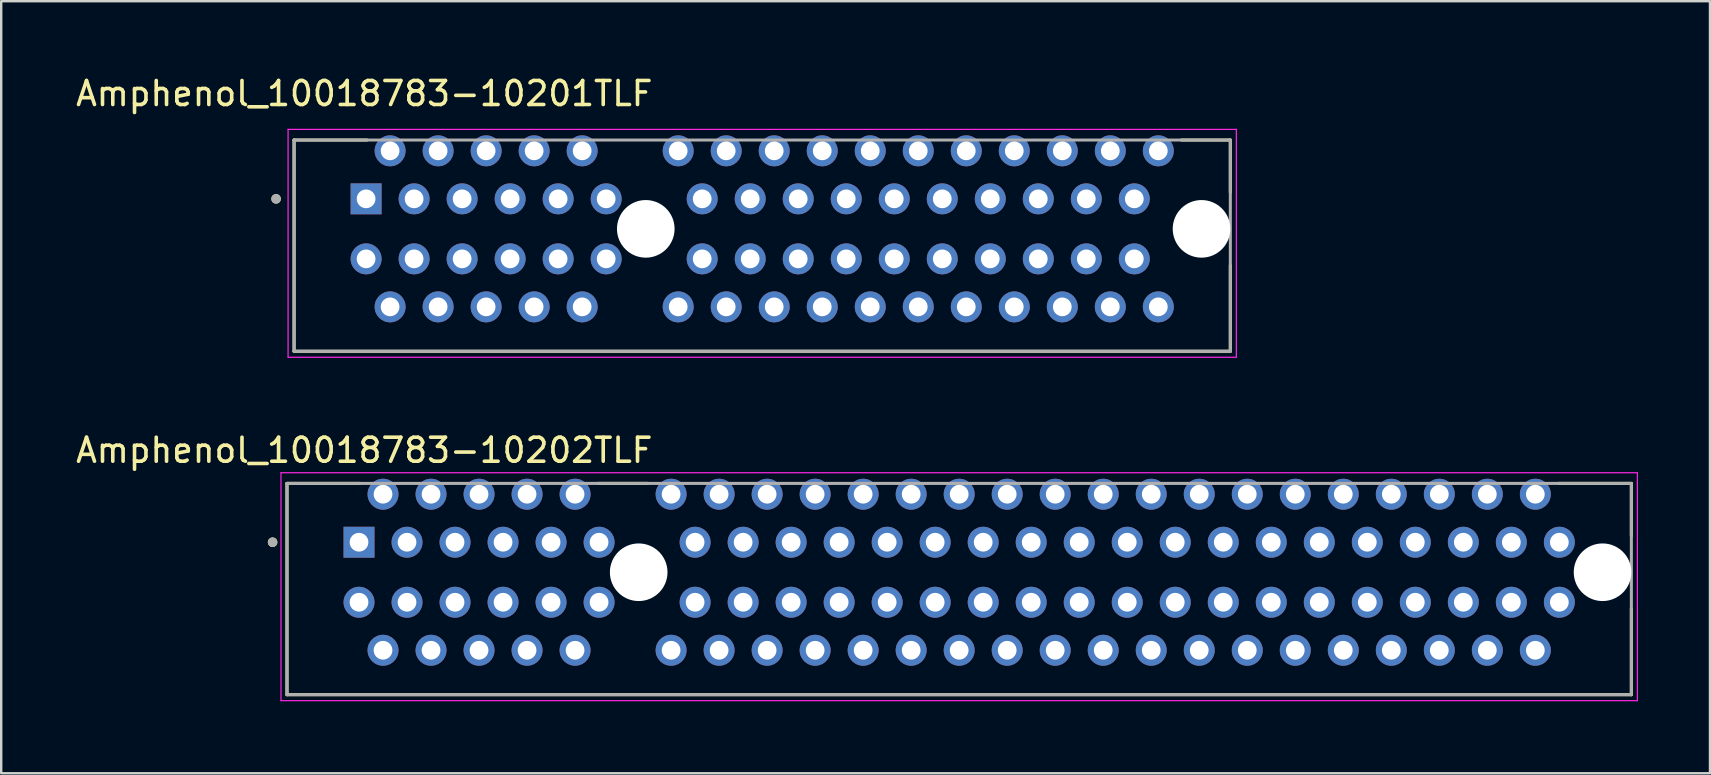
<source format=kicad_pcb>
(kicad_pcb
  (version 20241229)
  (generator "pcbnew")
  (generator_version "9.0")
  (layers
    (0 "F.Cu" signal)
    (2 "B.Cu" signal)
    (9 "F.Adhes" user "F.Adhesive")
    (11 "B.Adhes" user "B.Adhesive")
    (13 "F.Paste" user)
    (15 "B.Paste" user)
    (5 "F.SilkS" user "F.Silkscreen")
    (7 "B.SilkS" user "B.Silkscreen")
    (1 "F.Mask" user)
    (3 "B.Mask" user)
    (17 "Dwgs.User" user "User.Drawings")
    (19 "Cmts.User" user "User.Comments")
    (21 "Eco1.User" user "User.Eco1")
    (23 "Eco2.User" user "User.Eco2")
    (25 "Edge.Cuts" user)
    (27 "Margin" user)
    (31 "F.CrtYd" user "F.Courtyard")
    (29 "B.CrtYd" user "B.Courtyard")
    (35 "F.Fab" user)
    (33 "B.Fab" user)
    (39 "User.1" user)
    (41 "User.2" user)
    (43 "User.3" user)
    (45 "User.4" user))
  (footprint "Amphenol_10018783-10201TLF"
    (layer "F.Cu")
    (at 23.85 6.483)
    (property "Reference" "Amphenol_10018783-10201TLF" (at -11.725 -5.635 0) (layer "F.SilkS") (effects (font (size 1 1) (thickness 0.15))))
    (attr through_hole)
    (fp_line (start -14.65 -3.7) (end -11.614 -3.7) (stroke (width 0.127) (type solid)) (layer "F.SilkS"))
    (fp_line (start -14.65 5.1) (end -14.65 -3.7) (stroke (width 0.127) (type solid)) (layer "F.SilkS"))
    (fp_line (start 22.314 -3.7) (end 24.35 -3.7) (stroke (width 0.127) (type solid)) (layer "F.SilkS"))
    (fp_line (start 24.35 -3.7) (end 24.35 -1.52) (stroke (width 0.127) (type solid)) (layer "F.SilkS"))
    (fp_line (start 24.35 5.1) (end -14.65 5.1) (stroke (width 0.127) (type solid)) (layer "F.SilkS"))
    (fp_line (start 24.35 5.1) (end 24.35 1.52) (stroke (width 0.127) (type solid)) (layer "F.SilkS"))
    (fp_circle (center -15.4 -1.25) (end -15.3 -1.25) (stroke (width 0.2) (type solid)) (fill no) (layer "F.SilkS"))
    (fp_line (start -14.9 -4.144) (end -14.9 5.35) (stroke (width 0.05) (type solid)) (layer "F.CrtYd"))
    (fp_line (start -14.9 5.35) (end 24.6 5.35) (stroke (width 0.05) (type solid)) (layer "F.CrtYd"))
    (fp_line (start 24.6 -4.144) (end -14.9 -4.144) (stroke (width 0.05) (type solid)) (layer "F.CrtYd"))
    (fp_line (start 24.6 5.35) (end 24.6 -4.144) (stroke (width 0.05) (type solid)) (layer "F.CrtYd"))
    (fp_line (start -14.65 -3.7) (end 24.35 -3.7) (stroke (width 0.127) (type solid)) (layer "F.Fab"))
    (fp_line (start -14.65 5.1) (end -14.65 -3.7) (stroke (width 0.127) (type solid)) (layer "F.Fab"))
    (fp_line (start 24.35 -3.7) (end 24.35 5.1) (stroke (width 0.127) (type solid)) (layer "F.Fab"))
    (fp_line (start 24.35 5.1) (end -14.65 5.1) (stroke (width 0.127) (type solid)) (layer "F.Fab"))
    (fp_circle (center -15.4 -1.25) (end -15.3 -1.25) (stroke (width 0.2) (type solid)) (fill no) (layer "F.Fab"))
    (pad "" np_thru_hole circle (at 0 0) (size 2.4 2.4) (drill 2.4) (layers "*.Cu" "*.Mask"))
    (pad "" np_thru_hole circle (at 23.15 0) (size 2.4 2.4) (drill 2.4) (layers "*.Cu" "*.Mask"))
    (pad "A1" thru_hole rect (at -11.65 -1.25) (size 1.288 1.288) (drill 0.78) (layers "*.Cu" "*.Mask"))
    (pad "A2" thru_hole circle (at -10.65 -3.25) (size 1.288 1.288) (drill 0.78) (layers "*.Cu" "*.Mask"))
    (pad "A3" thru_hole circle (at -9.65 -1.25) (size 1.288 1.288) (drill 0.78) (layers "*.Cu" "*.Mask"))
    (pad "A4" thru_hole circle (at -8.65 -3.25) (size 1.288 1.288) (drill 0.78) (layers "*.Cu" "*.Mask"))
    (pad "A5" thru_hole circle (at -7.65 -1.25) (size 1.288 1.288) (drill 0.78) (layers "*.Cu" "*.Mask"))
    (pad "A6" thru_hole circle (at -6.65 -3.25) (size 1.288 1.288) (drill 0.78) (layers "*.Cu" "*.Mask"))
    (pad "A7" thru_hole circle (at -5.65 -1.25) (size 1.288 1.288) (drill 0.78) (layers "*.Cu" "*.Mask"))
    (pad "A8" thru_hole circle (at -4.65 -3.25) (size 1.288 1.288) (drill 0.78) (layers "*.Cu" "*.Mask"))
    (pad "A9" thru_hole circle (at -3.65 -1.25) (size 1.288 1.288) (drill 0.78) (layers "*.Cu" "*.Mask"))
    (pad "A10" thru_hole circle (at -2.65 -3.25) (size 1.288 1.288) (drill 0.78) (layers "*.Cu" "*.Mask"))
    (pad "A11" thru_hole circle (at -1.65 -1.25) (size 1.288 1.288) (drill 0.78) (layers "*.Cu" "*.Mask"))
    (pad "A12" thru_hole circle (at 1.35 -3.25) (size 1.288 1.288) (drill 0.78) (layers "*.Cu" "*.Mask"))
    (pad "A13" thru_hole circle (at 2.35 -1.25) (size 1.288 1.288) (drill 0.78) (layers "*.Cu" "*.Mask"))
    (pad "A14" thru_hole circle (at 3.35 -3.25) (size 1.288 1.288) (drill 0.78) (layers "*.Cu" "*.Mask"))
    (pad "A15" thru_hole circle (at 4.35 -1.25) (size 1.288 1.288) (drill 0.78) (layers "*.Cu" "*.Mask"))
    (pad "A16" thru_hole circle (at 5.35 -3.25) (size 1.288 1.288) (drill 0.78) (layers "*.Cu" "*.Mask"))
    (pad "A17" thru_hole circle (at 6.35 -1.25) (size 1.288 1.288) (drill 0.78) (layers "*.Cu" "*.Mask"))
    (pad "A18" thru_hole circle (at 7.35 -3.25) (size 1.288 1.288) (drill 0.78) (layers "*.Cu" "*.Mask"))
    (pad "A19" thru_hole circle (at 8.35 -1.25) (size 1.288 1.288) (drill 0.78) (layers "*.Cu" "*.Mask"))
    (pad "A20" thru_hole circle (at 9.35 -3.25) (size 1.288 1.288) (drill 0.78) (layers "*.Cu" "*.Mask"))
    (pad "A21" thru_hole circle (at 10.35 -1.25) (size 1.288 1.288) (drill 0.78) (layers "*.Cu" "*.Mask"))
    (pad "A22" thru_hole circle (at 11.35 -3.25) (size 1.288 1.288) (drill 0.78) (layers "*.Cu" "*.Mask"))
    (pad "A23" thru_hole circle (at 12.35 -1.25) (size 1.288 1.288) (drill 0.78) (layers "*.Cu" "*.Mask"))
    (pad "A24" thru_hole circle (at 13.35 -3.25) (size 1.288 1.288) (drill 0.78) (layers "*.Cu" "*.Mask"))
    (pad "A25" thru_hole circle (at 14.35 -1.25) (size 1.288 1.288) (drill 0.78) (layers "*.Cu" "*.Mask"))
    (pad "A26" thru_hole circle (at 15.35 -3.25) (size 1.288 1.288) (drill 0.78) (layers "*.Cu" "*.Mask"))
    (pad "A27" thru_hole circle (at 16.35 -1.25) (size 1.288 1.288) (drill 0.78) (layers "*.Cu" "*.Mask"))
    (pad "A28" thru_hole circle (at 17.35 -3.25) (size 1.288 1.288) (drill 0.78) (layers "*.Cu" "*.Mask"))
    (pad "A29" thru_hole circle (at 18.35 -1.25) (size 1.288 1.288) (drill 0.78) (layers "*.Cu" "*.Mask"))
    (pad "A30" thru_hole circle (at 19.35 -3.25) (size 1.288 1.288) (drill 0.78) (layers "*.Cu" "*.Mask"))
    (pad "A31" thru_hole circle (at 20.35 -1.25) (size 1.288 1.288) (drill 0.78) (layers "*.Cu" "*.Mask"))
    (pad "A32" thru_hole circle (at 21.35 -3.25) (size 1.288 1.288) (drill 0.78) (layers "*.Cu" "*.Mask"))
    (pad "B1" thru_hole circle (at -11.65 1.25) (size 1.288 1.288) (drill 0.78) (layers "*.Cu" "*.Mask"))
    (pad "B2" thru_hole circle (at -10.65 3.25) (size 1.288 1.288) (drill 0.78) (layers "*.Cu" "*.Mask"))
    (pad "B3" thru_hole circle (at -9.65 1.25) (size 1.288 1.288) (drill 0.78) (layers "*.Cu" "*.Mask"))
    (pad "B4" thru_hole circle (at -8.65 3.25) (size 1.288 1.288) (drill 0.78) (layers "*.Cu" "*.Mask"))
    (pad "B5" thru_hole circle (at -7.65 1.25) (size 1.288 1.288) (drill 0.78) (layers "*.Cu" "*.Mask"))
    (pad "B6" thru_hole circle (at -6.65 3.25) (size 1.288 1.288) (drill 0.78) (layers "*.Cu" "*.Mask"))
    (pad "B7" thru_hole circle (at -5.65 1.25) (size 1.288 1.288) (drill 0.78) (layers "*.Cu" "*.Mask"))
    (pad "B8" thru_hole circle (at -4.65 3.25) (size 1.288 1.288) (drill 0.78) (layers "*.Cu" "*.Mask"))
    (pad "B9" thru_hole circle (at -3.65 1.25) (size 1.288 1.288) (drill 0.78) (layers "*.Cu" "*.Mask"))
    (pad "B10" thru_hole circle (at -2.65 3.25) (size 1.288 1.288) (drill 0.78) (layers "*.Cu" "*.Mask"))
    (pad "B11" thru_hole circle (at -1.65 1.25) (size 1.288 1.288) (drill 0.78) (layers "*.Cu" "*.Mask"))
    (pad "B12" thru_hole circle (at 1.35 3.25) (size 1.288 1.288) (drill 0.78) (layers "*.Cu" "*.Mask"))
    (pad "B13" thru_hole circle (at 2.35 1.25) (size 1.288 1.288) (drill 0.78) (layers "*.Cu" "*.Mask"))
    (pad "B14" thru_hole circle (at 3.35 3.25) (size 1.288 1.288) (drill 0.78) (layers "*.Cu" "*.Mask"))
    (pad "B15" thru_hole circle (at 4.35 1.25) (size 1.288 1.288) (drill 0.78) (layers "*.Cu" "*.Mask"))
    (pad "B16" thru_hole circle (at 5.35 3.25) (size 1.288 1.288) (drill 0.78) (layers "*.Cu" "*.Mask"))
    (pad "B17" thru_hole circle (at 6.35 1.25) (size 1.288 1.288) (drill 0.78) (layers "*.Cu" "*.Mask"))
    (pad "B18" thru_hole circle (at 7.35 3.25) (size 1.288 1.288) (drill 0.78) (layers "*.Cu" "*.Mask"))
    (pad "B19" thru_hole circle (at 8.35 1.25) (size 1.288 1.288) (drill 0.78) (layers "*.Cu" "*.Mask"))
    (pad "B20" thru_hole circle (at 9.35 3.25) (size 1.288 1.288) (drill 0.78) (layers "*.Cu" "*.Mask"))
    (pad "B21" thru_hole circle (at 10.35 1.25) (size 1.288 1.288) (drill 0.78) (layers "*.Cu" "*.Mask"))
    (pad "B22" thru_hole circle (at 11.35 3.25) (size 1.288 1.288) (drill 0.78) (layers "*.Cu" "*.Mask"))
    (pad "B23" thru_hole circle (at 12.35 1.25) (size 1.288 1.288) (drill 0.78) (layers "*.Cu" "*.Mask"))
    (pad "B24" thru_hole circle (at 13.35 3.25) (size 1.288 1.288) (drill 0.78) (layers "*.Cu" "*.Mask"))
    (pad "B25" thru_hole circle (at 14.35 1.25) (size 1.288 1.288) (drill 0.78) (layers "*.Cu" "*.Mask"))
    (pad "B26" thru_hole circle (at 15.35 3.25) (size 1.288 1.288) (drill 0.78) (layers "*.Cu" "*.Mask"))
    (pad "B27" thru_hole circle (at 16.35 1.25) (size 1.288 1.288) (drill 0.78) (layers "*.Cu" "*.Mask"))
    (pad "B28" thru_hole circle (at 17.35 3.25) (size 1.288 1.288) (drill 0.78) (layers "*.Cu" "*.Mask"))
    (pad "B29" thru_hole circle (at 18.35 1.25) (size 1.288 1.288) (drill 0.78) (layers "*.Cu" "*.Mask"))
    (pad "B30" thru_hole circle (at 19.35 3.25) (size 1.288 1.288) (drill 0.78) (layers "*.Cu" "*.Mask"))
    (pad "B31" thru_hole circle (at 20.35 1.25) (size 1.288 1.288) (drill 0.78) (layers "*.Cu" "*.Mask"))
    (pad "B32" thru_hole circle (at 21.35 3.25) (size 1.288 1.288) (drill 0.78) (layers "*.Cu" "*.Mask")))
  (footprint "Amphenol_10018783-10202TLF"
    (layer "F.Cu")
    (at 23.555 20.787)
    (property "Reference" "Amphenol_10018783-10202TLF" (at -11.43 -5.08 0) (layer "F.SilkS") (effects (font (size 1 1) (thickness 0.15))))
    (attr through_hole)
    (fp_line (start -14.65 -3.7) (end -11.614 -3.7) (stroke (width 0.127) (type solid)) (layer "F.SilkS"))
    (fp_line (start -14.65 5.1) (end -14.65 -3.7) (stroke (width 0.127) (type solid)) (layer "F.SilkS"))
    (fp_line (start -1.69 -3.7) (end 0.39 -3.7) (stroke (width 0.127) (type solid)) (layer "F.SilkS"))
    (fp_line (start 38.31 -3.7) (end 41.35 -3.7) (stroke (width 0.127) (type solid)) (layer "F.SilkS"))
    (fp_line (start 41.35 -3.7) (end 41.35 -1.52) (stroke (width 0.127) (type solid)) (layer "F.SilkS"))
    (fp_line (start 41.35 5.1) (end -14.65 5.1) (stroke (width 0.127) (type solid)) (layer "F.SilkS"))
    (fp_line (start 41.35 5.1) (end 41.35 1.52) (stroke (width 0.127) (type solid)) (layer "F.SilkS"))
    (fp_circle (center -15.25 -1.25) (end -15.15 -1.25) (stroke (width 0.2) (type solid)) (fill no) (layer "F.SilkS"))
    (fp_line (start -14.9 -4.144) (end -14.9 5.35) (stroke (width 0.05) (type solid)) (layer "F.CrtYd"))
    (fp_line (start -14.9 5.35) (end 41.6 5.35) (stroke (width 0.05) (type solid)) (layer "F.CrtYd"))
    (fp_line (start 41.6 -4.144) (end -14.9 -4.144) (stroke (width 0.05) (type solid)) (layer "F.CrtYd"))
    (fp_line (start 41.6 5.35) (end 41.6 -4.144) (stroke (width 0.05) (type solid)) (layer "F.CrtYd"))
    (fp_line (start -14.65 -3.7) (end 41.35 -3.7) (stroke (width 0.127) (type solid)) (layer "F.Fab"))
    (fp_line (start -14.65 5.1) (end -14.65 -3.7) (stroke (width 0.127) (type solid)) (layer "F.Fab"))
    (fp_line (start 41.35 -3.7) (end 41.35 5.1) (stroke (width 0.127) (type solid)) (layer "F.Fab"))
    (fp_line (start 41.35 5.1) (end -14.65 5.1) (stroke (width 0.127) (type solid)) (layer "F.Fab"))
    (fp_circle (center -15.25 -1.25) (end -15.15 -1.25) (stroke (width 0.2) (type solid)) (fill no) (layer "F.Fab"))
    (pad "" np_thru_hole circle (at 0 0) (size 2.4 2.4) (drill 2.4) (layers "*.Cu" "*.Mask"))
    (pad "" np_thru_hole circle (at 40.15 0) (size 2.4 2.4) (drill 2.4) (layers "*.Cu" "*.Mask"))
    (pad "A1" thru_hole rect (at -11.65 -1.25) (size 1.288 1.288) (drill 0.78) (layers "*.Cu" "*.Mask"))
    (pad "A2" thru_hole circle (at -10.65 -3.25) (size 1.288 1.288) (drill 0.78) (layers "*.Cu" "*.Mask"))
    (pad "A3" thru_hole circle (at -9.65 -1.25) (size 1.288 1.288) (drill 0.78) (layers "*.Cu" "*.Mask"))
    (pad "A4" thru_hole circle (at -8.65 -3.25) (size 1.288 1.288) (drill 0.78) (layers "*.Cu" "*.Mask"))
    (pad "A5" thru_hole circle (at -7.65 -1.25) (size 1.288 1.288) (drill 0.78) (layers "*.Cu" "*.Mask"))
    (pad "A6" thru_hole circle (at -6.65 -3.25) (size 1.288 1.288) (drill 0.78) (layers "*.Cu" "*.Mask"))
    (pad "A7" thru_hole circle (at -5.65 -1.25) (size 1.288 1.288) (drill 0.78) (layers "*.Cu" "*.Mask"))
    (pad "A8" thru_hole circle (at -4.65 -3.25) (size 1.288 1.288) (drill 0.78) (layers "*.Cu" "*.Mask"))
    (pad "A9" thru_hole circle (at -3.65 -1.25) (size 1.288 1.288) (drill 0.78) (layers "*.Cu" "*.Mask"))
    (pad "A10" thru_hole circle (at -2.65 -3.25) (size 1.288 1.288) (drill 0.78) (layers "*.Cu" "*.Mask"))
    (pad "A11" thru_hole circle (at -1.65 -1.25) (size 1.288 1.288) (drill 0.78) (layers "*.Cu" "*.Mask"))
    (pad "A12" thru_hole circle (at 1.35 -3.25) (size 1.288 1.288) (drill 0.78) (layers "*.Cu" "*.Mask"))
    (pad "A13" thru_hole circle (at 2.35 -1.25) (size 1.288 1.288) (drill 0.78) (layers "*.Cu" "*.Mask"))
    (pad "A14" thru_hole circle (at 3.35 -3.25) (size 1.288 1.288) (drill 0.78) (layers "*.Cu" "*.Mask"))
    (pad "A15" thru_hole circle (at 4.35 -1.25) (size 1.288 1.288) (drill 0.78) (layers "*.Cu" "*.Mask"))
    (pad "A16" thru_hole circle (at 5.35 -3.25) (size 1.288 1.288) (drill 0.78) (layers "*.Cu" "*.Mask"))
    (pad "A17" thru_hole circle (at 6.35 -1.25) (size 1.288 1.288) (drill 0.78) (layers "*.Cu" "*.Mask"))
    (pad "A18" thru_hole circle (at 7.35 -3.25) (size 1.288 1.288) (drill 0.78) (layers "*.Cu" "*.Mask"))
    (pad "A19" thru_hole circle (at 8.35 -1.25) (size 1.288 1.288) (drill 0.78) (layers "*.Cu" "*.Mask"))
    (pad "A20" thru_hole circle (at 9.35 -3.25) (size 1.288 1.288) (drill 0.78) (layers "*.Cu" "*.Mask"))
    (pad "A21" thru_hole circle (at 10.35 -1.25) (size 1.288 1.288) (drill 0.78) (layers "*.Cu" "*.Mask"))
    (pad "A22" thru_hole circle (at 11.35 -3.25) (size 1.288 1.288) (drill 0.78) (layers "*.Cu" "*.Mask"))
    (pad "A23" thru_hole circle (at 12.35 -1.25) (size 1.288 1.288) (drill 0.78) (layers "*.Cu" "*.Mask"))
    (pad "A24" thru_hole circle (at 13.35 -3.25) (size 1.288 1.288) (drill 0.78) (layers "*.Cu" "*.Mask"))
    (pad "A25" thru_hole circle (at 14.35 -1.25) (size 1.288 1.288) (drill 0.78) (layers "*.Cu" "*.Mask"))
    (pad "A26" thru_hole circle (at 15.35 -3.25) (size 1.288 1.288) (drill 0.78) (layers "*.Cu" "*.Mask"))
    (pad "A27" thru_hole circle (at 16.35 -1.25) (size 1.288 1.288) (drill 0.78) (layers "*.Cu" "*.Mask"))
    (pad "A28" thru_hole circle (at 17.35 -3.25) (size 1.288 1.288) (drill 0.78) (layers "*.Cu" "*.Mask"))
    (pad "A29" thru_hole circle (at 18.35 -1.25) (size 1.288 1.288) (drill 0.78) (layers "*.Cu" "*.Mask"))
    (pad "A30" thru_hole circle (at 19.35 -3.25) (size 1.288 1.288) (drill 0.78) (layers "*.Cu" "*.Mask"))
    (pad "A31" thru_hole circle (at 20.35 -1.25) (size 1.288 1.288) (drill 0.78) (layers "*.Cu" "*.Mask"))
    (pad "A32" thru_hole circle (at 21.35 -3.25) (size 1.288 1.288) (drill 0.78) (layers "*.Cu" "*.Mask"))
    (pad "A33" thru_hole circle (at 22.35 -1.25) (size 1.288 1.288) (drill 0.78) (layers "*.Cu" "*.Mask"))
    (pad "A34" thru_hole circle (at 23.35 -3.25) (size 1.288 1.288) (drill 0.78) (layers "*.Cu" "*.Mask"))
    (pad "A35" thru_hole circle (at 24.35 -1.25) (size 1.288 1.288) (drill 0.78) (layers "*.Cu" "*.Mask"))
    (pad "A36" thru_hole circle (at 25.35 -3.25) (size 1.288 1.288) (drill 0.78) (layers "*.Cu" "*.Mask"))
    (pad "A37" thru_hole circle (at 26.35 -1.25) (size 1.288 1.288) (drill 0.78) (layers "*.Cu" "*.Mask"))
    (pad "A38" thru_hole circle (at 27.35 -3.25) (size 1.288 1.288) (drill 0.78) (layers "*.Cu" "*.Mask"))
    (pad "A39" thru_hole circle (at 28.35 -1.25) (size 1.288 1.288) (drill 0.78) (layers "*.Cu" "*.Mask"))
    (pad "A40" thru_hole circle (at 29.35 -3.25) (size 1.288 1.288) (drill 0.78) (layers "*.Cu" "*.Mask"))
    (pad "A41" thru_hole circle (at 30.35 -1.25) (size 1.288 1.288) (drill 0.78) (layers "*.Cu" "*.Mask"))
    (pad "A42" thru_hole circle (at 31.35 -3.25) (size 1.288 1.288) (drill 0.78) (layers "*.Cu" "*.Mask"))
    (pad "A43" thru_hole circle (at 32.35 -1.25) (size 1.288 1.288) (drill 0.78) (layers "*.Cu" "*.Mask"))
    (pad "A44" thru_hole circle (at 33.35 -3.25) (size 1.288 1.288) (drill 0.78) (layers "*.Cu" "*.Mask"))
    (pad "A45" thru_hole circle (at 34.35 -1.25) (size 1.288 1.288) (drill 0.78) (layers "*.Cu" "*.Mask"))
    (pad "A46" thru_hole circle (at 35.35 -3.25) (size 1.288 1.288) (drill 0.78) (layers "*.Cu" "*.Mask"))
    (pad "A47" thru_hole circle (at 36.35 -1.25) (size 1.288 1.288) (drill 0.78) (layers "*.Cu" "*.Mask"))
    (pad "A48" thru_hole circle (at 37.35 -3.25) (size 1.288 1.288) (drill 0.78) (layers "*.Cu" "*.Mask"))
    (pad "A49" thru_hole circle (at 38.35 -1.25) (size 1.288 1.288) (drill 0.78) (layers "*.Cu" "*.Mask"))
    (pad "B1" thru_hole circle (at -11.65 1.25) (size 1.288 1.288) (drill 0.78) (layers "*.Cu" "*.Mask"))
    (pad "B2" thru_hole circle (at -10.65 3.25) (size 1.288 1.288) (drill 0.78) (layers "*.Cu" "*.Mask"))
    (pad "B3" thru_hole circle (at -9.65 1.25) (size 1.288 1.288) (drill 0.78) (layers "*.Cu" "*.Mask"))
    (pad "B4" thru_hole circle (at -8.65 3.25) (size 1.288 1.288) (drill 0.78) (layers "*.Cu" "*.Mask"))
    (pad "B5" thru_hole circle (at -7.65 1.25) (size 1.288 1.288) (drill 0.78) (layers "*.Cu" "*.Mask"))
    (pad "B6" thru_hole circle (at -6.65 3.25) (size 1.288 1.288) (drill 0.78) (layers "*.Cu" "*.Mask"))
    (pad "B7" thru_hole circle (at -5.65 1.25) (size 1.288 1.288) (drill 0.78) (layers "*.Cu" "*.Mask"))
    (pad "B8" thru_hole circle (at -4.65 3.25) (size 1.288 1.288) (drill 0.78) (layers "*.Cu" "*.Mask"))
    (pad "B9" thru_hole circle (at -3.65 1.25) (size 1.288 1.288) (drill 0.78) (layers "*.Cu" "*.Mask"))
    (pad "B10" thru_hole circle (at -2.65 3.25) (size 1.288 1.288) (drill 0.78) (layers "*.Cu" "*.Mask"))
    (pad "B11" thru_hole circle (at -1.65 1.25) (size 1.288 1.288) (drill 0.78) (layers "*.Cu" "*.Mask"))
    (pad "B12" thru_hole circle (at 1.35 3.25) (size 1.288 1.288) (drill 0.78) (layers "*.Cu" "*.Mask"))
    (pad "B13" thru_hole circle (at 2.35 1.25) (size 1.288 1.288) (drill 0.78) (layers "*.Cu" "*.Mask"))
    (pad "B14" thru_hole circle (at 3.35 3.25) (size 1.288 1.288) (drill 0.78) (layers "*.Cu" "*.Mask"))
    (pad "B15" thru_hole circle (at 4.35 1.25) (size 1.288 1.288) (drill 0.78) (layers "*.Cu" "*.Mask"))
    (pad "B16" thru_hole circle (at 5.35 3.25) (size 1.288 1.288) (drill 0.78) (layers "*.Cu" "*.Mask"))
    (pad "B17" thru_hole circle (at 6.35 1.25) (size 1.288 1.288) (drill 0.78) (layers "*.Cu" "*.Mask"))
    (pad "B18" thru_hole circle (at 7.35 3.25) (size 1.288 1.288) (drill 0.78) (layers "*.Cu" "*.Mask"))
    (pad "B19" thru_hole circle (at 8.35 1.25) (size 1.288 1.288) (drill 0.78) (layers "*.Cu" "*.Mask"))
    (pad "B20" thru_hole circle (at 9.35 3.25) (size 1.288 1.288) (drill 0.78) (layers "*.Cu" "*.Mask"))
    (pad "B21" thru_hole circle (at 10.35 1.25) (size 1.288 1.288) (drill 0.78) (layers "*.Cu" "*.Mask"))
    (pad "B22" thru_hole circle (at 11.35 3.25) (size 1.288 1.288) (drill 0.78) (layers "*.Cu" "*.Mask"))
    (pad "B23" thru_hole circle (at 12.35 1.25) (size 1.288 1.288) (drill 0.78) (layers "*.Cu" "*.Mask"))
    (pad "B24" thru_hole circle (at 13.35 3.25) (size 1.288 1.288) (drill 0.78) (layers "*.Cu" "*.Mask"))
    (pad "B25" thru_hole circle (at 14.35 1.25) (size 1.288 1.288) (drill 0.78) (layers "*.Cu" "*.Mask"))
    (pad "B26" thru_hole circle (at 15.35 3.25) (size 1.288 1.288) (drill 0.78) (layers "*.Cu" "*.Mask"))
    (pad "B27" thru_hole circle (at 16.35 1.25) (size 1.288 1.288) (drill 0.78) (layers "*.Cu" "*.Mask"))
    (pad "B28" thru_hole circle (at 17.35 3.25) (size 1.288 1.288) (drill 0.78) (layers "*.Cu" "*.Mask"))
    (pad "B29" thru_hole circle (at 18.35 1.25) (size 1.288 1.288) (drill 0.78) (layers "*.Cu" "*.Mask"))
    (pad "B30" thru_hole circle (at 19.35 3.25) (size 1.288 1.288) (drill 0.78) (layers "*.Cu" "*.Mask"))
    (pad "B31" thru_hole circle (at 20.35 1.25) (size 1.288 1.288) (drill 0.78) (layers "*.Cu" "*.Mask"))
    (pad "B32" thru_hole circle (at 21.35 3.25) (size 1.288 1.288) (drill 0.78) (layers "*.Cu" "*.Mask"))
    (pad "B33" thru_hole circle (at 22.35 1.25) (size 1.288 1.288) (drill 0.78) (layers "*.Cu" "*.Mask"))
    (pad "B34" thru_hole circle (at 23.35 3.25) (size 1.288 1.288) (drill 0.78) (layers "*.Cu" "*.Mask"))
    (pad "B35" thru_hole circle (at 24.35 1.25) (size 1.288 1.288) (drill 0.78) (layers "*.Cu" "*.Mask"))
    (pad "B36" thru_hole circle (at 25.35 3.25) (size 1.288 1.288) (drill 0.78) (layers "*.Cu" "*.Mask"))
    (pad "B37" thru_hole circle (at 26.35 1.25) (size 1.288 1.288) (drill 0.78) (layers "*.Cu" "*.Mask"))
    (pad "B38" thru_hole circle (at 27.35 3.25) (size 1.288 1.288) (drill 0.78) (layers "*.Cu" "*.Mask"))
    (pad "B39" thru_hole circle (at 28.35 1.25) (size 1.288 1.288) (drill 0.78) (layers "*.Cu" "*.Mask"))
    (pad "B40" thru_hole circle (at 29.35 3.25) (size 1.288 1.288) (drill 0.78) (layers "*.Cu" "*.Mask"))
    (pad "B41" thru_hole circle (at 30.35 1.25) (size 1.288 1.288) (drill 0.78) (layers "*.Cu" "*.Mask"))
    (pad "B42" thru_hole circle (at 31.35 3.25) (size 1.288 1.288) (drill 0.78) (layers "*.Cu" "*.Mask"))
    (pad "B43" thru_hole circle (at 32.35 1.25) (size 1.288 1.288) (drill 0.78) (layers "*.Cu" "*.Mask"))
    (pad "B44" thru_hole circle (at 33.35 3.25) (size 1.288 1.288) (drill 0.78) (layers "*.Cu" "*.Mask"))
    (pad "B45" thru_hole circle (at 34.35 1.25) (size 1.288 1.288) (drill 0.78) (layers "*.Cu" "*.Mask"))
    (pad "B46" thru_hole circle (at 35.35 3.25) (size 1.288 1.288) (drill 0.78) (layers "*.Cu" "*.Mask"))
    (pad "B47" thru_hole circle (at 36.35 1.25) (size 1.288 1.288) (drill 0.78) (layers "*.Cu" "*.Mask"))
    (pad "B48" thru_hole circle (at 37.35 3.25) (size 1.288 1.288) (drill 0.78) (layers "*.Cu" "*.Mask"))
    (pad "B49" thru_hole circle (at 38.35 1.25) (size 1.288 1.288) (drill 0.78) (layers "*.Cu" "*.Mask")))
  (gr_rect
    (start -3 -3)
    (end 68.18 29.162)
    (stroke (width 0.1) (type default))
    (fill no)
    (layer "Edge.Cuts")))
</source>
